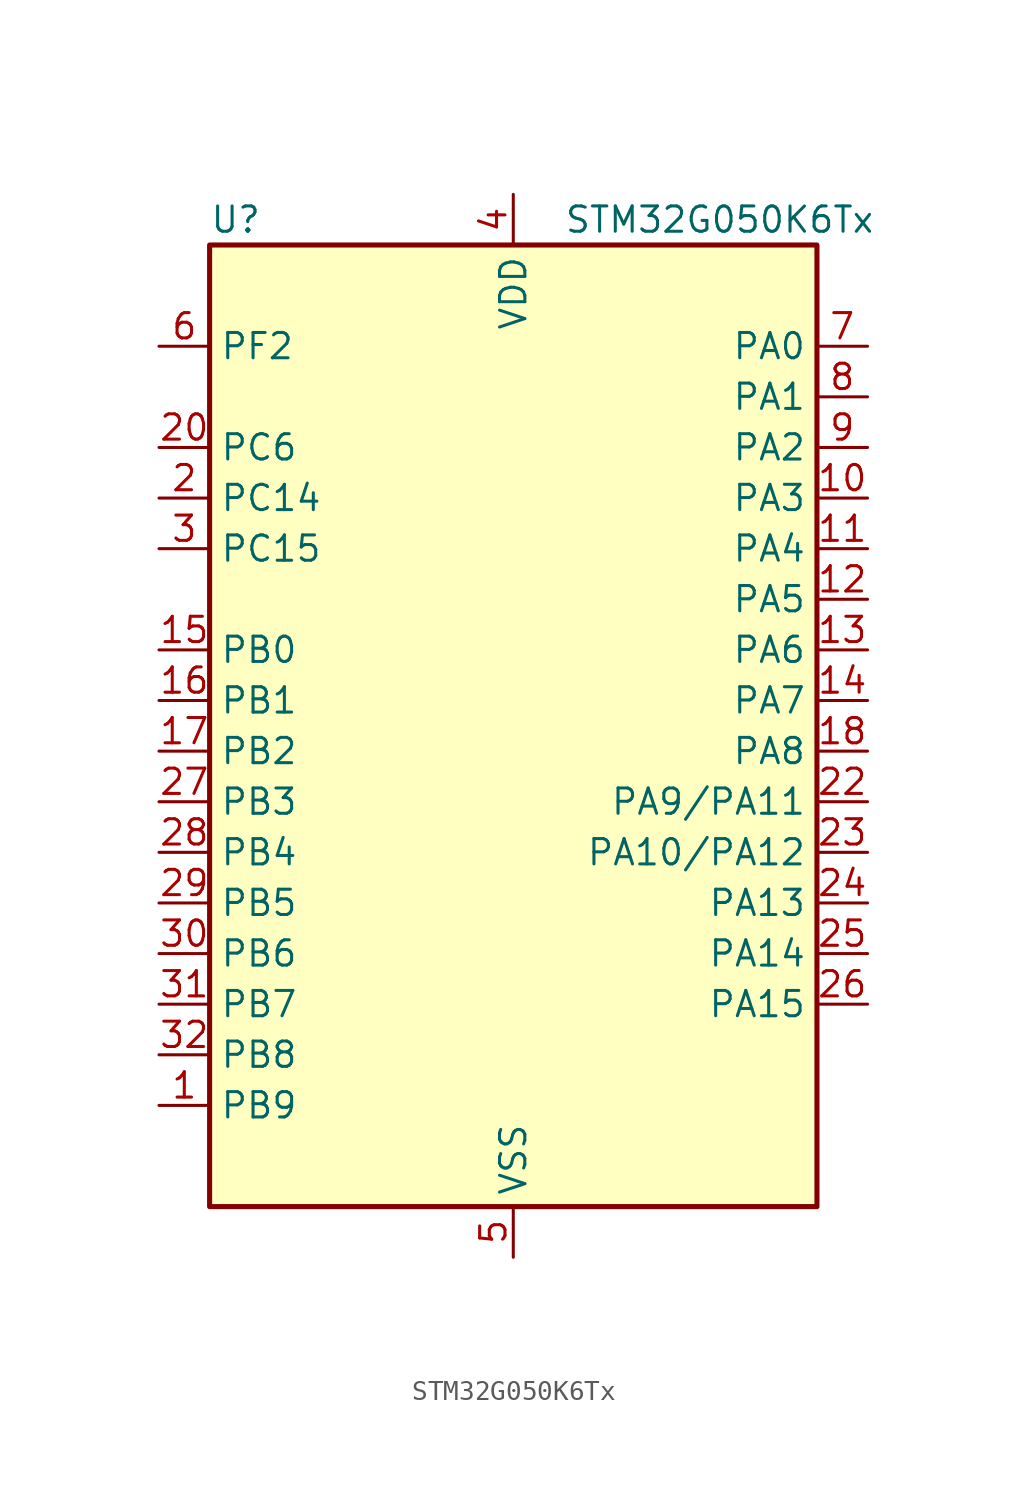
<source format=kicad_sym>
(kicad_symbol_lib
  (version 20231120)
  (generator "kicad-library-utils")
  (generator_version "8.0")
  (symbol "STM32G050K6Tx"
    (property "Reference" "U"
      (at -15.24 26.67 0)
      (effects (font (size 1.27 1.27)) (justify left)))
    (property "Value" "STM32G050K6Tx"
      (at 2.54 26.67 0)
      (effects (font (size 1.27 1.27)) (justify left)))
    (symbol "STM32G050K6Tx_0_1"
      (rectangle (start -15.24 -22.86) (end 15.24 25.4) (stroke (width 0.254) (type default)) (fill (type background))))
    (symbol "STM32G050K6Tx_1_1"
      (pin bidirectional line (at -17.78 -17.78 0) (length 2.54) (name "PB9" (effects (font (size 1.27 1.27)))) (number "1" (effects (font (size 1.27 1.27)))) (alternate "I2C1_SDA" bidirectional line) (alternate "IR_OUT" bidirectional line) (alternate "SPI2_NSS" bidirectional line) (alternate "TIM17_CH1" bidirectional line))
      (pin bidirectional line (at 17.78 12.7 180) (length 2.54) (name "PA3" (effects (font (size 1.27 1.27)))) (number "10" (effects (font (size 1.27 1.27)))) (alternate "ADC1_IN3" bidirectional line) (alternate "SPI2_MISO" bidirectional line) (alternate "TIM15_CH2" bidirectional line) (alternate "USART2_RX" bidirectional line))
      (pin bidirectional line (at 17.78 10.16 180) (length 2.54) (name "PA4" (effects (font (size 1.27 1.27)))) (number "11" (effects (font (size 1.27 1.27)))) (alternate "ADC1_IN4" bidirectional line) (alternate "I2S1_WS" bidirectional line) (alternate "RTC_OUT1" bidirectional line) (alternate "RTC_TAMP_IN1" bidirectional line) (alternate "RTC_TS" bidirectional line) (alternate "SPI1_NSS" bidirectional line) (alternate "SPI2_MOSI" bidirectional line) (alternate "SYS_WKUP2" bidirectional line) (alternate "TIM14_CH1" bidirectional line))
      (pin bidirectional line (at 17.78 7.62 180) (length 2.54) (name "PA5" (effects (font (size 1.27 1.27)))) (number "12" (effects (font (size 1.27 1.27)))) (alternate "ADC1_IN5" bidirectional line) (alternate "I2S1_CK" bidirectional line) (alternate "SPI1_SCK" bidirectional line))
      (pin bidirectional line (at 17.78 5.08 180) (length 2.54) (name "PA6" (effects (font (size 1.27 1.27)))) (number "13" (effects (font (size 1.27 1.27)))) (alternate "ADC1_IN6" bidirectional line) (alternate "I2S1_MCK" bidirectional line) (alternate "SPI1_MISO" bidirectional line) (alternate "TIM16_CH1" bidirectional line) (alternate "TIM1_BK" bidirectional line) (alternate "TIM3_CH1" bidirectional line))
      (pin bidirectional line (at 17.78 2.54 180) (length 2.54) (name "PA7" (effects (font (size 1.27 1.27)))) (number "14" (effects (font (size 1.27 1.27)))) (alternate "ADC1_IN7" bidirectional line) (alternate "I2S1_SD" bidirectional line) (alternate "SPI1_MOSI" bidirectional line) (alternate "TIM14_CH1" bidirectional line) (alternate "TIM17_CH1" bidirectional line) (alternate "TIM1_CH1N" bidirectional line) (alternate "TIM3_CH2" bidirectional line))
      (pin bidirectional line (at -17.78 5.08 0) (length 2.54) (name "PB0" (effects (font (size 1.27 1.27)))) (number "15" (effects (font (size 1.27 1.27)))) (alternate "ADC1_IN8" bidirectional line) (alternate "I2S1_WS" bidirectional line) (alternate "SPI1_NSS" bidirectional line) (alternate "TIM1_CH2N" bidirectional line) (alternate "TIM3_CH3" bidirectional line))
      (pin bidirectional line (at -17.78 2.54 0) (length 2.54) (name "PB1" (effects (font (size 1.27 1.27)))) (number "16" (effects (font (size 1.27 1.27)))) (alternate "ADC1_IN9" bidirectional line) (alternate "TIM14_CH1" bidirectional line) (alternate "TIM1_CH3N" bidirectional line) (alternate "TIM3_CH4" bidirectional line))
      (pin bidirectional line (at -17.78 0 0) (length 2.54) (name "PB2" (effects (font (size 1.27 1.27)))) (number "17" (effects (font (size 1.27 1.27)))) (alternate "ADC1_IN10" bidirectional line) (alternate "SPI2_MISO" bidirectional line))
      (pin bidirectional line (at 17.78 0 180) (length 2.54) (name "PA8" (effects (font (size 1.27 1.27)))) (number "18" (effects (font (size 1.27 1.27)))) (alternate "RCC_MCO" bidirectional line) (alternate "SPI2_NSS" bidirectional line) (alternate "TIM1_CH1" bidirectional line))
      (pin no_connect line (at -15.24 -22.86 0) (length 2.54) hide (name "NC/PA9" (effects (font (size 1.27 1.27)))) (number "19" (effects (font (size 1.27 1.27)))) (alternate "NC" bidirectional line) (alternate "PA9" bidirectional line) (alternate "I2C1_SCL (PA9)" bidirectional line) (alternate "RCC_MCO (PA9)" bidirectional line) (alternate "SPI2_MISO (PA9)" bidirectional line) (alternate "TIM15_BK (PA9)" bidirectional line) (alternate "TIM1_CH2 (PA9)" bidirectional line) (alternate "USART1_TX (PA9)" bidirectional line))
      (pin bidirectional line (at -17.78 12.7 0) (length 2.54) (name "PC14" (effects (font (size 1.27 1.27)))) (number "2" (effects (font (size 1.27 1.27)))) (alternate "RCC_OSC32_IN" bidirectional line) (alternate "RCC_OSC_IN" bidirectional line) (alternate "TIM1_BK2" bidirectional line))
      (pin bidirectional line (at -17.78 15.24 0) (length 2.54) (name "PC6" (effects (font (size 1.27 1.27)))) (number "20" (effects (font (size 1.27 1.27)))) (alternate "TIM3_CH1" bidirectional line))
      (pin no_connect line (at -15.24 -20.32 0) (length 2.54) hide (name "NC/PA10" (effects (font (size 1.27 1.27)))) (number "21" (effects (font (size 1.27 1.27)))) (alternate "NC" bidirectional line) (alternate "PA10" bidirectional line) (alternate "I2C1_SDA (PA10)" bidirectional line) (alternate "SPI2_MOSI (PA10)" bidirectional line) (alternate "TIM17_BK (PA10)" bidirectional line) (alternate "TIM1_CH3 (PA10)" bidirectional line) (alternate "USART1_RX (PA10)" bidirectional line))
      (pin bidirectional line (at 17.78 -2.54 180) (length 2.54) (name "PA9/PA11" (effects (font (size 1.27 1.27)))) (number "22" (effects (font (size 1.27 1.27)))) (alternate "PA9" bidirectional line) (alternate "I2C1_SCL (PA9)" bidirectional line) (alternate "RCC_MCO (PA9)" bidirectional line) (alternate "SPI2_MISO (PA9)" bidirectional line) (alternate "TIM15_BK (PA9)" bidirectional line) (alternate "TIM1_CH2 (PA9)" bidirectional line) (alternate "USART1_TX (PA9)" bidirectional line) (alternate "PA11" bidirectional line) (alternate "ADC1_EXTI11 (PA11)" bidirectional line) (alternate "ADC1_IN15 (PA11)" bidirectional line) (alternate "I2C2_SCL (PA11)" bidirectional line) (alternate "I2S1_MCK (PA11)" bidirectional line) (alternate "SPI1_MISO (PA11)" bidirectional line) (alternate "TIM1_BK2 (PA11)" bidirectional line) (alternate "TIM1_CH4 (PA11)" bidirectional line) (alternate "USART1_CTS (PA11)" bidirectional line) (alternate "USART1_NSS (PA11)" bidirectional line))
      (pin bidirectional line (at 17.78 -5.08 180) (length 2.54) (name "PA10/PA12" (effects (font (size 1.27 1.27)))) (number "23" (effects (font (size 1.27 1.27)))) (alternate "PA10" bidirectional line) (alternate "I2C1_SDA (PA10)" bidirectional line) (alternate "SPI2_MOSI (PA10)" bidirectional line) (alternate "TIM17_BK (PA10)" bidirectional line) (alternate "TIM1_CH3 (PA10)" bidirectional line) (alternate "USART1_RX (PA10)" bidirectional line) (alternate "PA12" bidirectional line) (alternate "ADC1_IN16 (PA12)" bidirectional line) (alternate "I2C2_SDA (PA12)" bidirectional line) (alternate "I2S1_SD (PA12)" bidirectional line) (alternate "I2S_CKIN (PA12)" bidirectional line) (alternate "SPI1_MOSI (PA12)" bidirectional line) (alternate "TIM1_ETR (PA12)" bidirectional line) (alternate "USART1_CK (PA12)" bidirectional line) (alternate "USART1_DE (PA12)" bidirectional line) (alternate "USART1_RTS (PA12)" bidirectional line))
      (pin bidirectional line (at 17.78 -7.62 180) (length 2.54) (name "PA13" (effects (font (size 1.27 1.27)))) (number "24" (effects (font (size 1.27 1.27)))) (alternate "ADC1_IN17" bidirectional line) (alternate "IR_OUT" bidirectional line) (alternate "SYS_SWDIO" bidirectional line))
      (pin bidirectional line (at 17.78 -10.16 180) (length 2.54) (name "PA14" (effects (font (size 1.27 1.27)))) (number "25" (effects (font (size 1.27 1.27)))) (alternate "ADC1_IN18" bidirectional line) (alternate "SYS_SWCLK" bidirectional line) (alternate "USART2_TX" bidirectional line))
      (pin bidirectional line (at 17.78 -12.7 180) (length 2.54) (name "PA15" (effects (font (size 1.27 1.27)))) (number "26" (effects (font (size 1.27 1.27)))) (alternate "I2S1_WS" bidirectional line) (alternate "SPI1_NSS" bidirectional line) (alternate "USART2_RX" bidirectional line))
      (pin bidirectional line (at -17.78 -2.54 0) (length 2.54) (name "PB3" (effects (font (size 1.27 1.27)))) (number "27" (effects (font (size 1.27 1.27)))) (alternate "I2S1_CK" bidirectional line) (alternate "SPI1_SCK" bidirectional line) (alternate "TIM1_CH2" bidirectional line) (alternate "USART1_CK" bidirectional line) (alternate "USART1_DE" bidirectional line) (alternate "USART1_RTS" bidirectional line))
      (pin bidirectional line (at -17.78 -5.08 0) (length 2.54) (name "PB4" (effects (font (size 1.27 1.27)))) (number "28" (effects (font (size 1.27 1.27)))) (alternate "I2S1_MCK" bidirectional line) (alternate "SPI1_MISO" bidirectional line) (alternate "TIM17_BK" bidirectional line) (alternate "TIM3_CH1" bidirectional line) (alternate "USART1_CTS" bidirectional line) (alternate "USART1_NSS" bidirectional line))
      (pin bidirectional line (at -17.78 -7.62 0) (length 2.54) (name "PB5" (effects (font (size 1.27 1.27)))) (number "29" (effects (font (size 1.27 1.27)))) (alternate "I2C1_SMBA" bidirectional line) (alternate "I2S1_SD" bidirectional line) (alternate "SPI1_MOSI" bidirectional line) (alternate "SYS_WKUP6" bidirectional line) (alternate "TIM16_BK" bidirectional line) (alternate "TIM3_CH2" bidirectional line))
      (pin bidirectional line (at -17.78 10.16 0) (length 2.54) (name "PC15" (effects (font (size 1.27 1.27)))) (number "3" (effects (font (size 1.27 1.27)))) (alternate "RCC_OSC32_EN" bidirectional line) (alternate "RCC_OSC32_OUT" bidirectional line) (alternate "RCC_OSC_EN" bidirectional line) (alternate "TIM15_BK" bidirectional line))
      (pin bidirectional line (at -17.78 -10.16 0) (length 2.54) (name "PB6" (effects (font (size 1.27 1.27)))) (number "30" (effects (font (size 1.27 1.27)))) (alternate "I2C1_SCL" bidirectional line) (alternate "SPI2_MISO" bidirectional line) (alternate "TIM16_CH1N" bidirectional line) (alternate "TIM1_CH3" bidirectional line) (alternate "USART1_TX" bidirectional line))
      (pin bidirectional line (at -17.78 -12.7 0) (length 2.54) (name "PB7" (effects (font (size 1.27 1.27)))) (number "31" (effects (font (size 1.27 1.27)))) (alternate "ADC1_IN11" bidirectional line) (alternate "I2C1_SDA" bidirectional line) (alternate "SPI2_MOSI" bidirectional line) (alternate "SYS_PVD_IN" bidirectional line) (alternate "TIM17_CH1N" bidirectional line) (alternate "USART1_RX" bidirectional line))
      (pin bidirectional line (at -17.78 -15.24 0) (length 2.54) (name "PB8" (effects (font (size 1.27 1.27)))) (number "32" (effects (font (size 1.27 1.27)))) (alternate "I2C1_SCL" bidirectional line) (alternate "SPI2_SCK" bidirectional line) (alternate "TIM15_BK" bidirectional line) (alternate "TIM16_CH1" bidirectional line))
      (pin power_in line (at 0 27.94 270) (length 2.54) (name "VDD" (effects (font (size 1.27 1.27)))) (number "4" (effects (font (size 1.27 1.27)))))
      (pin power_in line (at 0 -25.4 90) (length 2.54) (name "VSS" (effects (font (size 1.27 1.27)))) (number "5" (effects (font (size 1.27 1.27)))))
      (pin bidirectional line (at -17.78 20.32 0) (length 2.54) (name "PF2" (effects (font (size 1.27 1.27)))) (number "6" (effects (font (size 1.27 1.27)))) (alternate "RCC_MCO" bidirectional line))
      (pin bidirectional line (at 17.78 20.32 180) (length 2.54) (name "PA0" (effects (font (size 1.27 1.27)))) (number "7" (effects (font (size 1.27 1.27)))) (alternate "ADC1_IN0" bidirectional line) (alternate "RTC_TAMP_IN2" bidirectional line) (alternate "SPI2_SCK" bidirectional line) (alternate "SYS_WKUP1" bidirectional line) (alternate "USART2_CTS" bidirectional line) (alternate "USART2_NSS" bidirectional line))
      (pin bidirectional line (at 17.78 17.78 180) (length 2.54) (name "PA1" (effects (font (size 1.27 1.27)))) (number "8" (effects (font (size 1.27 1.27)))) (alternate "ADC1_IN1" bidirectional line) (alternate "I2C1_SMBA" bidirectional line) (alternate "I2S1_CK" bidirectional line) (alternate "SPI1_SCK" bidirectional line) (alternate "TIM15_CH1N" bidirectional line) (alternate "USART2_CK" bidirectional line) (alternate "USART2_DE" bidirectional line) (alternate "USART2_RTS" bidirectional line))
      (pin bidirectional line (at 17.78 15.24 180) (length 2.54) (name "PA2" (effects (font (size 1.27 1.27)))) (number "9" (effects (font (size 1.27 1.27)))) (alternate "ADC1_IN2" bidirectional line) (alternate "I2S1_SD" bidirectional line) (alternate "RCC_LSCO" bidirectional line) (alternate "SPI1_MOSI" bidirectional line) (alternate "SYS_WKUP4" bidirectional line) (alternate "TIM15_CH1" bidirectional line) (alternate "USART2_TX" bidirectional line)))))
</source>
